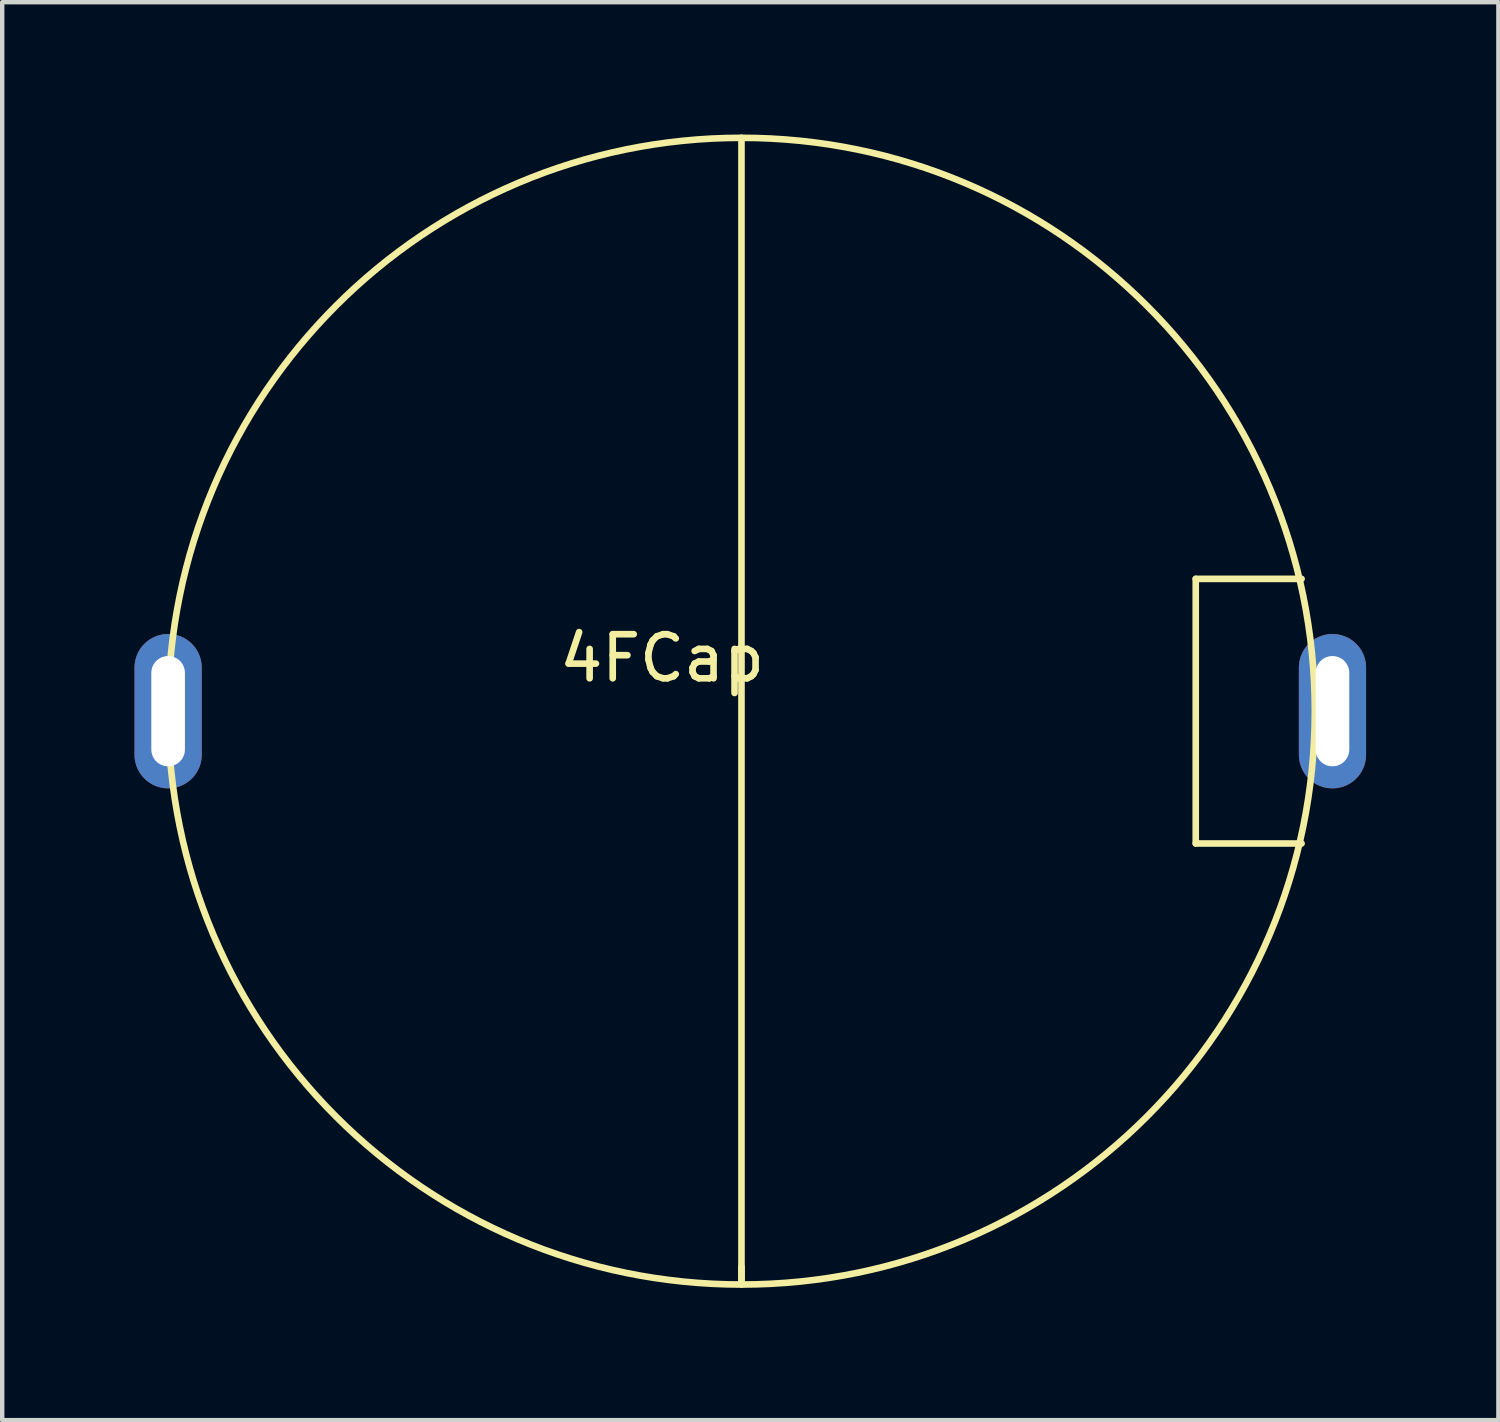
<source format=kicad_pcb>
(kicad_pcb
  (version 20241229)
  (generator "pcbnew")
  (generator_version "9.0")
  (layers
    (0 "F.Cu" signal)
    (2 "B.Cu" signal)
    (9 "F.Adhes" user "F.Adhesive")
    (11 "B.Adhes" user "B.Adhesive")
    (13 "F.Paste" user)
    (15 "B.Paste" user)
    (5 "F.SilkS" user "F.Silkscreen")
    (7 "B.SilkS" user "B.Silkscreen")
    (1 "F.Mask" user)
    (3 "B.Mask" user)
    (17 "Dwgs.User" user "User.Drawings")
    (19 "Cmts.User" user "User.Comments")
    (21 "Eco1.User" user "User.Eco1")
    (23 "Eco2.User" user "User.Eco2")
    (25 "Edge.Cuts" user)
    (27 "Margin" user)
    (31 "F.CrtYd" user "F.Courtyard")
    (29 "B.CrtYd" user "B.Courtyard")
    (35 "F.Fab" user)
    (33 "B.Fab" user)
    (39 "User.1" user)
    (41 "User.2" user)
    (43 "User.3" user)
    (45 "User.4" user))
  (footprint "4FCap"
    (layer "F.Cu")
    (at 13.762 13.075)
    (property "Reference" "4FCap" (at -1.8 -1.2 0) (layer "F.SilkS") (effects (font (size 1 1) (thickness 0.15))))
    (attr through_hole)
    (fp_line (start 0 -13) (end 0 12.9) (stroke (width 0.15) (type solid)) (layer "F.SilkS"))
    (fp_line (start 0 12.7) (end 0 12.6) (stroke (width 0.15) (type solid)) (layer "F.SilkS"))
    (fp_line (start 0 13) (end 0 12.7) (stroke (width 0.15) (type solid)) (layer "F.SilkS"))
    (fp_line (start 10.3 -3) (end 12.7 -3) (stroke (width 0.15) (type solid)) (layer "F.SilkS"))
    (fp_line (start 10.3 3) (end 10.3 -3) (stroke (width 0.15) (type solid)) (layer "F.SilkS"))
    (fp_line (start 12.7 3) (end 10.3 3) (stroke (width 0.15) (type solid)) (layer "F.SilkS"))
    (fp_circle (center 0 0) (end -13 0) (stroke (width 0.15) (type solid)) (fill no) (layer "F.SilkS"))
    (pad "1" thru_hole oval (at -13 0) (size 1.524 3.5) (drill oval 0.762 2.5) (layers "*.Cu" "*.Mask"))
    (pad "2" thru_hole oval (at 13.4 0) (size 1.524 3.5) (drill oval 0.762 2.5) (layers "*.Cu" "*.Mask")))
  (gr_rect
    (start -3 -3)
    (end 30.924 29.15)
    (stroke (width 0.1) (type default))
    (fill no)
    (layer "Edge.Cuts")))
</source>
